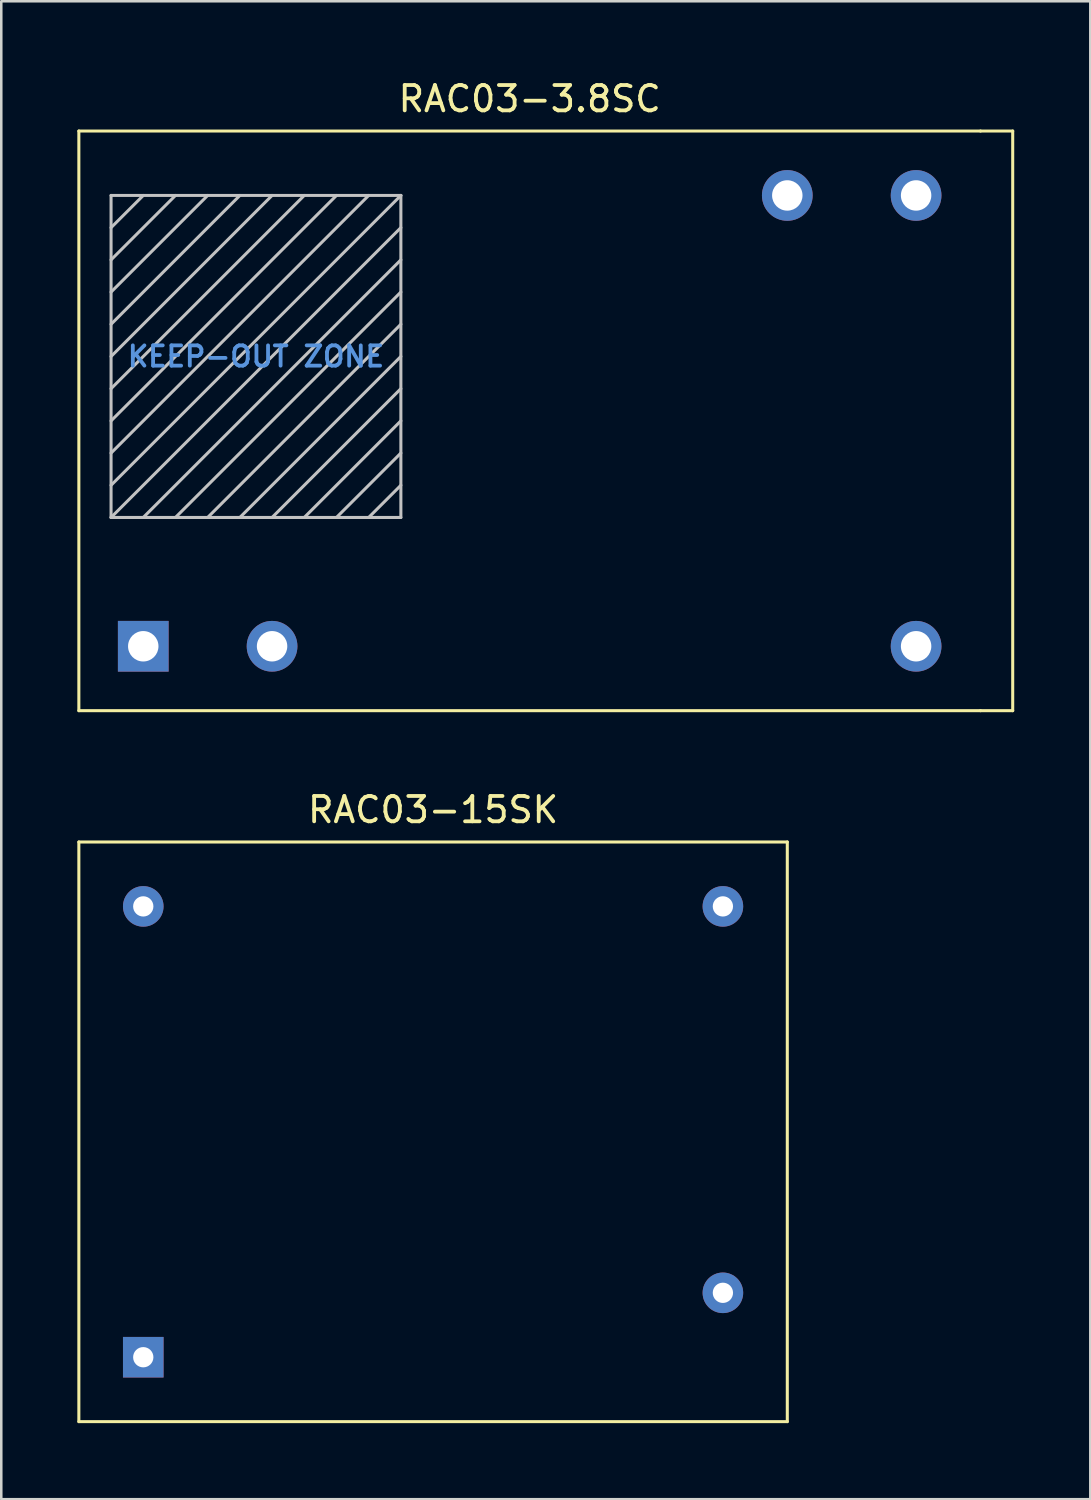
<source format=kicad_pcb>
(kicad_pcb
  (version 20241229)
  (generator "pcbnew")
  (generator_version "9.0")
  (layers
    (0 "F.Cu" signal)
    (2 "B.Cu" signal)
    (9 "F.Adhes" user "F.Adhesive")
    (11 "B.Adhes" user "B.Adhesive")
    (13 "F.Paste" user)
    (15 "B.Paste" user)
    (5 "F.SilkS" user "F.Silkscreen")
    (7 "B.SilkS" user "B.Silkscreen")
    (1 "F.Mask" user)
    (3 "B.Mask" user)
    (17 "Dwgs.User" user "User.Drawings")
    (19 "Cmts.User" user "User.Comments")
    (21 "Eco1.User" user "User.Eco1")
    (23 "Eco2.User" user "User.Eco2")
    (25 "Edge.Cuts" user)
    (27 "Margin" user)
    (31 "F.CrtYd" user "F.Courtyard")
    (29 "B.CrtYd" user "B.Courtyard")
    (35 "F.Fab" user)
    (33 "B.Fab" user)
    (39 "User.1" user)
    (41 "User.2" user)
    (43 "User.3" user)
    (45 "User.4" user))
  (footprint "RAC03-15SK"
    (layer "F.Cu")
    (at 2.6 46.477)
    (property "Reference" "RAC03-15SK" (at 11.43 -17.59 0) (layer "F.SilkS") (effects (font (size 1 1) (thickness 0.15))))
    (attr through_hole)
    (fp_line (start -2.54 -16.32) (end -2.54 6.54) (stroke (width 0.12) (type solid)) (layer "F.SilkS"))
    (fp_line (start -2.54 6.54) (end 25.4 6.54) (stroke (width 0.12) (type solid)) (layer "F.SilkS"))
    (fp_line (start 25.4 -16.32) (end -2.54 -16.32) (stroke (width 0.12) (type solid)) (layer "F.SilkS"))
    (fp_line (start 25.4 6.54) (end 25.4 -16.32) (stroke (width 0.12) (type solid)) (layer "F.SilkS"))
    (pad "1" thru_hole rect (at 0 4) (size 1.6 1.6) (drill 0.8) (layers "*.Cu" "*.Mask"))
    (pad "2" thru_hole circle (at 22.86 1.46) (size 1.6 1.6) (drill 0.8) (layers "*.Cu" "*.Mask"))
    (pad "3" thru_hole circle (at 22.86 -13.78) (size 1.6 1.6) (drill 0.8) (layers "*.Cu" "*.Mask"))
    (pad "4" thru_hole circle (at 0 -13.78) (size 1.6 1.6) (drill 0.8) (layers "*.Cu" "*.Mask")))
  (footprint "RAC03-3.8SC"
    (layer "F.Cu")
    (at 2.6 18.438)
    (property "Reference" "RAC03-3.8SC" (at 15.24 -17.59 0) (layer "F.SilkS") (effects (font (size 1 1) (thickness 0.15))))
    (attr through_hole)
    (fp_line (start -2.54 -16.32) (end 33.02 -16.32) (stroke (width 0.12) (type solid)) (layer "F.SilkS"))
    (fp_line (start -2.54 6.54) (end -2.54 -16.32) (stroke (width 0.12) (type solid)) (layer "F.SilkS"))
    (fp_line (start 33.02 -16.32) (end 34.29 -16.32) (stroke (width 0.12) (type solid)) (layer "F.SilkS"))
    (fp_line (start 33.02 6.54) (end -2.54 6.54) (stroke (width 0.12) (type solid)) (layer "F.SilkS"))
    (fp_line (start 34.29 -16.32) (end 34.29 6.54) (stroke (width 0.12) (type solid)) (layer "F.SilkS"))
    (fp_line (start 34.29 6.54) (end 33.02 6.54) (stroke (width 0.12) (type solid)) (layer "F.SilkS"))
    (fp_line (start -1.27 -13.78) (end -1.27 -1.08) (stroke (width 0.12) (type solid)) (layer "Dwgs.User"))
    (fp_line (start -1.27 -12.51) (end 0 -13.78) (stroke (width 0.12) (type solid)) (layer "Dwgs.User"))
    (fp_line (start -1.27 -11.24) (end 1.27 -13.78) (stroke (width 0.12) (type solid)) (layer "Dwgs.User"))
    (fp_line (start -1.27 -9.97) (end 2.54 -13.78) (stroke (width 0.12) (type solid)) (layer "Dwgs.User"))
    (fp_line (start -1.27 -8.7) (end 3.81 -13.78) (stroke (width 0.12) (type solid)) (layer "Dwgs.User"))
    (fp_line (start -1.27 -7.43) (end 5.08 -13.78) (stroke (width 0.12) (type solid)) (layer "Dwgs.User"))
    (fp_line (start -1.27 -6.16) (end 6.35 -13.78) (stroke (width 0.12) (type solid)) (layer "Dwgs.User"))
    (fp_line (start -1.27 -4.89) (end 7.62 -13.78) (stroke (width 0.12) (type solid)) (layer "Dwgs.User"))
    (fp_line (start -1.27 -3.62) (end 8.89 -13.78) (stroke (width 0.12) (type solid)) (layer "Dwgs.User"))
    (fp_line (start -1.27 -2.35) (end 10.16 -13.78) (stroke (width 0.12) (type solid)) (layer "Dwgs.User"))
    (fp_line (start -1.27 -1.08) (end 10.16 -12.51) (stroke (width 0.12) (type solid)) (layer "Dwgs.User"))
    (fp_line (start -1.27 -1.08) (end 10.16 -1.08) (stroke (width 0.12) (type solid)) (layer "Dwgs.User"))
    (fp_line (start 0 -1.08) (end 10.16 -11.24) (stroke (width 0.12) (type solid)) (layer "Dwgs.User"))
    (fp_line (start 1.27 -1.08) (end 10.16 -9.97) (stroke (width 0.12) (type solid)) (layer "Dwgs.User"))
    (fp_line (start 2.54 -1.08) (end 10.16 -8.7) (stroke (width 0.12) (type solid)) (layer "Dwgs.User"))
    (fp_line (start 3.81 -1.08) (end 10.16 -7.43) (stroke (width 0.12) (type solid)) (layer "Dwgs.User"))
    (fp_line (start 5.08 -1.08) (end 10.16 -6.16) (stroke (width 0.12) (type solid)) (layer "Dwgs.User"))
    (fp_line (start 6.35 -1.08) (end 10.16 -4.89) (stroke (width 0.12) (type solid)) (layer "Dwgs.User"))
    (fp_line (start 7.62 -1.08) (end 10.16 -3.62) (stroke (width 0.12) (type solid)) (layer "Dwgs.User"))
    (fp_line (start 8.89 -1.08) (end 10.16 -2.35) (stroke (width 0.12) (type solid)) (layer "Dwgs.User"))
    (fp_line (start 10.16 -13.78) (end -1.27 -13.78) (stroke (width 0.12) (type solid)) (layer "Dwgs.User"))
    (fp_line (start 10.16 -1.08) (end 10.16 -13.78) (stroke (width 0.12) (type solid)) (layer "Dwgs.User"))
    (fp_text user "KEEP-OUT ZONE" (at 4.445 -7.43 0) (layer "Cmts.User") (effects (font (size 0.8 0.8) (thickness 0.15))))
    (pad "1" thru_hole rect (at 0 4) (size 2 2) (drill 1.2) (layers "*.Cu" "*.Mask"))
    (pad "3" thru_hole circle (at 5.08 4) (size 2 2) (drill 1.2) (layers "*.Cu" "*.Mask"))
    (pad "13" thru_hole circle (at 30.48 4) (size 2 2) (drill 1.2) (layers "*.Cu" "*.Mask"))
    (pad "14" thru_hole circle (at 30.48 -13.78) (size 2 2) (drill 1.2) (layers "*.Cu" "*.Mask"))
    (pad "16" thru_hole circle (at 25.4 -13.78) (size 2 2) (drill 1.2) (layers "*.Cu" "*.Mask")))
  (gr_rect
    (start -3 -3)
    (end 39.95 56.077)
    (stroke (width 0.1) (type default))
    (fill no)
    (layer "Edge.Cuts")))
</source>
